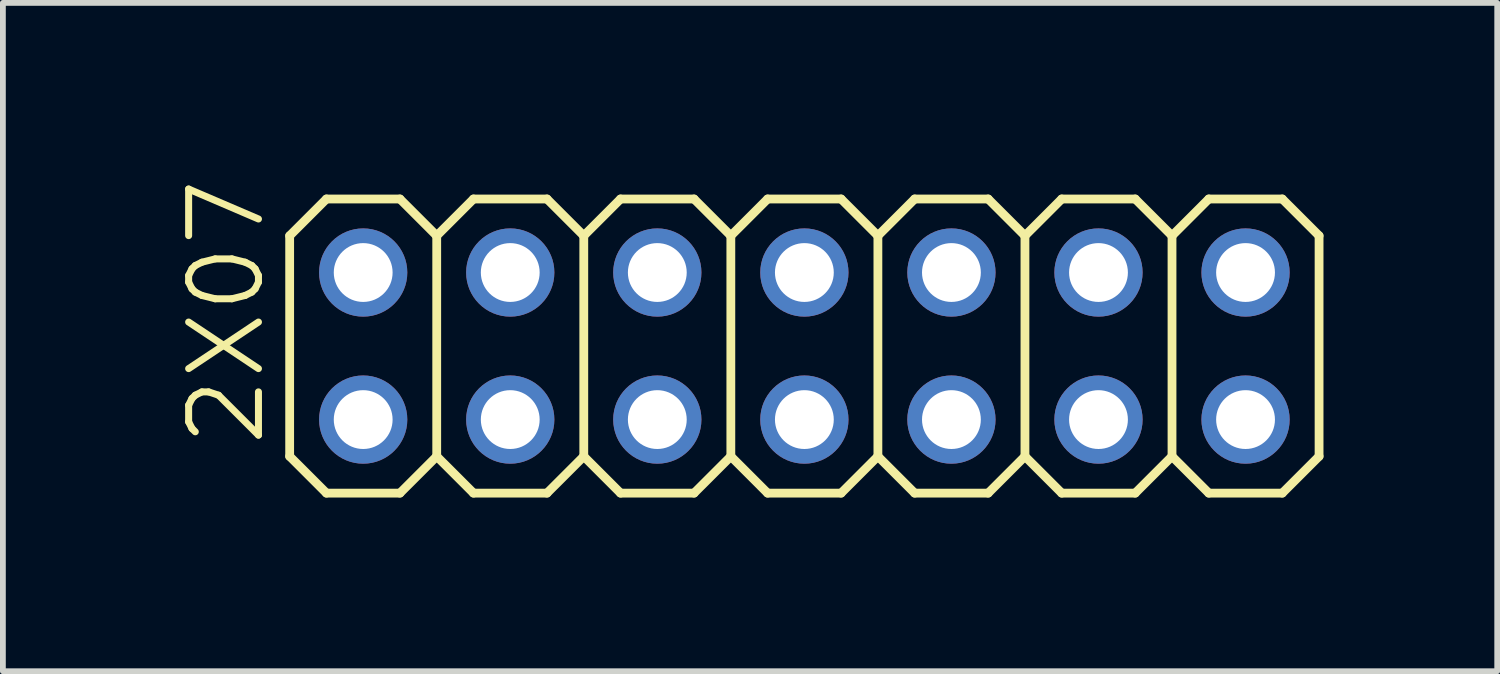
<source format=kicad_pcb>
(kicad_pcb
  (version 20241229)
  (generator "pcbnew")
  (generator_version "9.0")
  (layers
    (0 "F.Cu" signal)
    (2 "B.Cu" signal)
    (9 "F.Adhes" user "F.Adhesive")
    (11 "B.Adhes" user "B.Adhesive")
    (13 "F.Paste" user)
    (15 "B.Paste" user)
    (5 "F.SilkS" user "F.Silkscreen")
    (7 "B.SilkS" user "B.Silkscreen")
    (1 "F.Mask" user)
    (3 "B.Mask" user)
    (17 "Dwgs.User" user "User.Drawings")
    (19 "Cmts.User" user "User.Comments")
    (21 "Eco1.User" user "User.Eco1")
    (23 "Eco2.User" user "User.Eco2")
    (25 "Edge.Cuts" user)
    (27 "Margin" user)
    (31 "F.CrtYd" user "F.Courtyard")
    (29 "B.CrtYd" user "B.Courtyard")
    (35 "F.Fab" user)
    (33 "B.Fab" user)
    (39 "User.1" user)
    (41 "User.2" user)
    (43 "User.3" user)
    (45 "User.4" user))
  (footprint "2X07"
    (layer "F.Cu")
    (at 10.843 2.927)
    (property "Reference" "2X07" (at -9.275 1.79 90) (layer "F.SilkS") (effects (font (size 1.206 1.206) (thickness 0.121)) (justify left bottom)))
    (attr through_hole)
    (fp_line (start -8.89 -1.905) (end -8.255 -2.54) (stroke (width 0.152) (type solid)) (layer "F.SilkS"))
    (fp_line (start -8.89 1.905) (end -8.89 -1.905) (stroke (width 0.152) (type solid)) (layer "F.SilkS"))
    (fp_line (start -8.89 1.905) (end -8.255 2.54) (stroke (width 0.152) (type solid)) (layer "F.SilkS"))
    (fp_line (start -8.255 -2.54) (end -6.985 -2.54) (stroke (width 0.152) (type solid)) (layer "F.SilkS"))
    (fp_line (start -8.255 2.54) (end -6.985 2.54) (stroke (width 0.152) (type solid)) (layer "F.SilkS"))
    (fp_line (start -6.985 -2.54) (end -6.35 -1.905) (stroke (width 0.152) (type solid)) (layer "F.SilkS"))
    (fp_line (start -6.985 2.54) (end -6.35 1.905) (stroke (width 0.152) (type solid)) (layer "F.SilkS"))
    (fp_line (start -6.35 -1.905) (end -6.35 1.905) (stroke (width 0.152) (type solid)) (layer "F.SilkS"))
    (fp_line (start -6.35 -1.905) (end -5.715 -2.54) (stroke (width 0.152) (type solid)) (layer "F.SilkS"))
    (fp_line (start -6.35 1.905) (end -5.715 2.54) (stroke (width 0.152) (type solid)) (layer "F.SilkS"))
    (fp_line (start -5.715 -2.54) (end -4.445 -2.54) (stroke (width 0.152) (type solid)) (layer "F.SilkS"))
    (fp_line (start -5.715 2.54) (end -4.445 2.54) (stroke (width 0.152) (type solid)) (layer "F.SilkS"))
    (fp_line (start -4.445 -2.54) (end -3.81 -1.905) (stroke (width 0.152) (type solid)) (layer "F.SilkS"))
    (fp_line (start -4.445 2.54) (end -3.81 1.905) (stroke (width 0.152) (type solid)) (layer "F.SilkS"))
    (fp_line (start -3.81 -1.905) (end -3.81 1.905) (stroke (width 0.152) (type solid)) (layer "F.SilkS"))
    (fp_line (start -3.81 -1.905) (end -3.175 -2.54) (stroke (width 0.152) (type solid)) (layer "F.SilkS"))
    (fp_line (start -3.81 1.905) (end -3.175 2.54) (stroke (width 0.152) (type solid)) (layer "F.SilkS"))
    (fp_line (start -3.175 -2.54) (end -1.905 -2.54) (stroke (width 0.152) (type solid)) (layer "F.SilkS"))
    (fp_line (start -3.175 2.54) (end -1.905 2.54) (stroke (width 0.152) (type solid)) (layer "F.SilkS"))
    (fp_line (start -1.905 -2.54) (end -1.27 -1.905) (stroke (width 0.152) (type solid)) (layer "F.SilkS"))
    (fp_line (start -1.905 2.54) (end -1.27 1.905) (stroke (width 0.152) (type solid)) (layer "F.SilkS"))
    (fp_line (start -1.27 -1.905) (end -1.27 1.905) (stroke (width 0.152) (type solid)) (layer "F.SilkS"))
    (fp_line (start -1.27 -1.905) (end -0.635 -2.54) (stroke (width 0.152) (type solid)) (layer "F.SilkS"))
    (fp_line (start -1.27 1.905) (end -0.635 2.54) (stroke (width 0.152) (type solid)) (layer "F.SilkS"))
    (fp_line (start -0.635 -2.54) (end 0.635 -2.54) (stroke (width 0.152) (type solid)) (layer "F.SilkS"))
    (fp_line (start -0.635 2.54) (end 0.635 2.54) (stroke (width 0.152) (type solid)) (layer "F.SilkS"))
    (fp_line (start 0.635 -2.54) (end 1.27 -1.905) (stroke (width 0.152) (type solid)) (layer "F.SilkS"))
    (fp_line (start 0.635 2.54) (end 1.27 1.905) (stroke (width 0.152) (type solid)) (layer "F.SilkS"))
    (fp_line (start 1.27 -1.905) (end 1.27 1.905) (stroke (width 0.152) (type solid)) (layer "F.SilkS"))
    (fp_line (start 1.27 -1.905) (end 1.905 -2.54) (stroke (width 0.152) (type solid)) (layer "F.SilkS"))
    (fp_line (start 1.27 1.905) (end 1.905 2.54) (stroke (width 0.152) (type solid)) (layer "F.SilkS"))
    (fp_line (start 1.905 -2.54) (end 3.175 -2.54) (stroke (width 0.152) (type solid)) (layer "F.SilkS"))
    (fp_line (start 1.905 2.54) (end 3.175 2.54) (stroke (width 0.152) (type solid)) (layer "F.SilkS"))
    (fp_line (start 3.175 -2.54) (end 3.81 -1.905) (stroke (width 0.152) (type solid)) (layer "F.SilkS"))
    (fp_line (start 3.175 2.54) (end 3.81 1.905) (stroke (width 0.152) (type solid)) (layer "F.SilkS"))
    (fp_line (start 3.81 -1.905) (end 3.81 1.905) (stroke (width 0.152) (type solid)) (layer "F.SilkS"))
    (fp_line (start 3.81 -1.905) (end 4.445 -2.54) (stroke (width 0.152) (type solid)) (layer "F.SilkS"))
    (fp_line (start 3.81 1.905) (end 4.445 2.54) (stroke (width 0.152) (type solid)) (layer "F.SilkS"))
    (fp_line (start 4.445 -2.54) (end 5.715 -2.54) (stroke (width 0.152) (type solid)) (layer "F.SilkS"))
    (fp_line (start 4.445 2.54) (end 5.715 2.54) (stroke (width 0.152) (type solid)) (layer "F.SilkS"))
    (fp_line (start 5.715 -2.54) (end 6.35 -1.905) (stroke (width 0.152) (type solid)) (layer "F.SilkS"))
    (fp_line (start 5.715 2.54) (end 6.35 1.905) (stroke (width 0.152) (type solid)) (layer "F.SilkS"))
    (fp_line (start 6.35 -1.905) (end 6.35 1.905) (stroke (width 0.152) (type solid)) (layer "F.SilkS"))
    (fp_line (start 6.35 -1.905) (end 6.985 -2.54) (stroke (width 0.152) (type solid)) (layer "F.SilkS"))
    (fp_line (start 6.35 1.905) (end 6.985 2.54) (stroke (width 0.152) (type solid)) (layer "F.SilkS"))
    (fp_line (start 6.985 -2.54) (end 8.255 -2.54) (stroke (width 0.152) (type solid)) (layer "F.SilkS"))
    (fp_line (start 6.985 2.54) (end 8.255 2.54) (stroke (width 0.152) (type solid)) (layer "F.SilkS"))
    (fp_line (start 8.255 -2.54) (end 8.89 -1.905) (stroke (width 0.152) (type solid)) (layer "F.SilkS"))
    (fp_line (start 8.255 2.54) (end 8.89 1.905) (stroke (width 0.152) (type solid)) (layer "F.SilkS"))
    (fp_line (start 8.89 -1.905) (end 8.89 1.905) (stroke (width 0.152) (type solid)) (layer "F.SilkS"))
    (fp_poly (pts (xy -7.874 -1.016) (xy -7.366 -1.016) (xy -7.366 -1.524) (xy -7.874 -1.524)) (stroke (width 0.1) (type solid)) (fill no) (layer "F.Fab"))
    (fp_poly (pts (xy -7.874 1.524) (xy -7.366 1.524) (xy -7.366 1.016) (xy -7.874 1.016)) (stroke (width 0.1) (type solid)) (fill no) (layer "F.Fab"))
    (fp_poly (pts (xy -5.334 -1.016) (xy -4.826 -1.016) (xy -4.826 -1.524) (xy -5.334 -1.524)) (stroke (width 0.1) (type solid)) (fill no) (layer "F.Fab"))
    (fp_poly (pts (xy -5.334 1.524) (xy -4.826 1.524) (xy -4.826 1.016) (xy -5.334 1.016)) (stroke (width 0.1) (type solid)) (fill no) (layer "F.Fab"))
    (fp_poly (pts (xy -2.794 -1.016) (xy -2.286 -1.016) (xy -2.286 -1.524) (xy -2.794 -1.524)) (stroke (width 0.1) (type solid)) (fill no) (layer "F.Fab"))
    (fp_poly (pts (xy -2.794 1.524) (xy -2.286 1.524) (xy -2.286 1.016) (xy -2.794 1.016)) (stroke (width 0.1) (type solid)) (fill no) (layer "F.Fab"))
    (fp_poly (pts (xy -0.254 -1.016) (xy 0.254 -1.016) (xy 0.254 -1.524) (xy -0.254 -1.524)) (stroke (width 0.1) (type solid)) (fill no) (layer "F.Fab"))
    (fp_poly (pts (xy -0.254 1.524) (xy 0.254 1.524) (xy 0.254 1.016) (xy -0.254 1.016)) (stroke (width 0.1) (type solid)) (fill no) (layer "F.Fab"))
    (fp_poly (pts (xy 2.286 -1.016) (xy 2.794 -1.016) (xy 2.794 -1.524) (xy 2.286 -1.524)) (stroke (width 0.1) (type solid)) (fill no) (layer "F.Fab"))
    (fp_poly (pts (xy 2.286 1.524) (xy 2.794 1.524) (xy 2.794 1.016) (xy 2.286 1.016)) (stroke (width 0.1) (type solid)) (fill no) (layer "F.Fab"))
    (fp_poly (pts (xy 4.826 -1.016) (xy 5.334 -1.016) (xy 5.334 -1.524) (xy 4.826 -1.524)) (stroke (width 0.1) (type solid)) (fill no) (layer "F.Fab"))
    (fp_poly (pts (xy 4.826 1.524) (xy 5.334 1.524) (xy 5.334 1.016) (xy 4.826 1.016)) (stroke (width 0.1) (type solid)) (fill no) (layer "F.Fab"))
    (fp_poly (pts (xy 7.366 -1.016) (xy 7.874 -1.016) (xy 7.874 -1.524) (xy 7.366 -1.524)) (stroke (width 0.1) (type solid)) (fill no) (layer "F.Fab"))
    (fp_poly (pts (xy 7.366 1.524) (xy 7.874 1.524) (xy 7.874 1.016) (xy 7.366 1.016)) (stroke (width 0.1) (type solid)) (fill no) (layer "F.Fab"))
    (pad "1" thru_hole circle (at -7.62 1.27) (size 1.524 1.524) (drill 1.016) (layers "*.Cu" "*.Mask"))
    (pad "2" thru_hole circle (at -7.62 -1.27) (size 1.524 1.524) (drill 1.016) (layers "*.Cu" "*.Mask"))
    (pad "3" thru_hole circle (at -5.08 1.27) (size 1.524 1.524) (drill 1.016) (layers "*.Cu" "*.Mask"))
    (pad "4" thru_hole circle (at -5.08 -1.27) (size 1.524 1.524) (drill 1.016) (layers "*.Cu" "*.Mask"))
    (pad "5" thru_hole circle (at -2.54 1.27) (size 1.524 1.524) (drill 1.016) (layers "*.Cu" "*.Mask"))
    (pad "6" thru_hole circle (at -2.54 -1.27) (size 1.524 1.524) (drill 1.016) (layers "*.Cu" "*.Mask"))
    (pad "7" thru_hole circle (at 0 1.27) (size 1.524 1.524) (drill 1.016) (layers "*.Cu" "*.Mask"))
    (pad "8" thru_hole circle (at 0 -1.27) (size 1.524 1.524) (drill 1.016) (layers "*.Cu" "*.Mask"))
    (pad "9" thru_hole circle (at 2.54 1.27) (size 1.524 1.524) (drill 1.016) (layers "*.Cu" "*.Mask"))
    (pad "10" thru_hole circle (at 2.54 -1.27) (size 1.524 1.524) (drill 1.016) (layers "*.Cu" "*.Mask"))
    (pad "11" thru_hole circle (at 5.08 1.27) (size 1.524 1.524) (drill 1.016) (layers "*.Cu" "*.Mask"))
    (pad "12" thru_hole circle (at 5.08 -1.27) (size 1.524 1.524) (drill 1.016) (layers "*.Cu" "*.Mask"))
    (pad "13" thru_hole circle (at 7.62 1.27) (size 1.524 1.524) (drill 1.016) (layers "*.Cu" "*.Mask"))
    (pad "14" thru_hole circle (at 7.62 -1.27) (size 1.524 1.524) (drill 1.016) (layers "*.Cu" "*.Mask")))
  (gr_rect
    (start -3 -3)
    (end 22.81 8.543)
    (stroke (width 0.1) (type default))
    (fill no)
    (layer "Edge.Cuts")))
</source>
